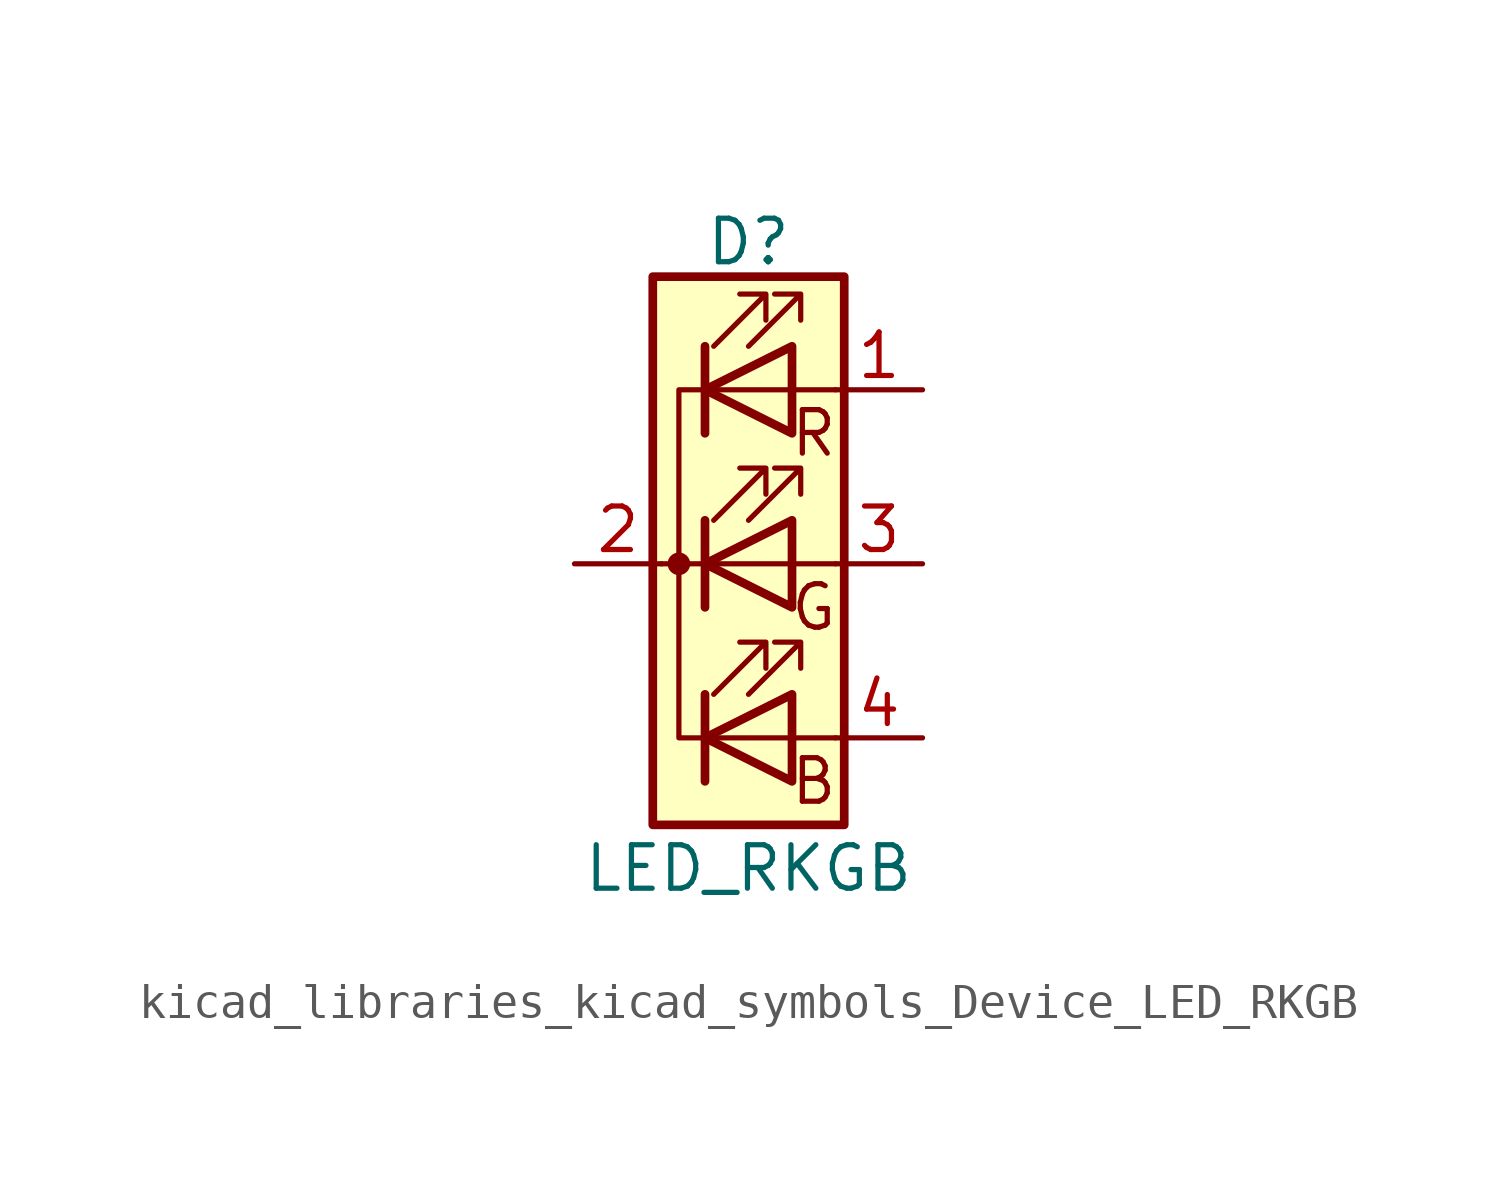
<source format=kicad_sym>
(kicad_symbol_lib
  (version 20220914)
  (generator kicad_symbol_editor)
  (symbol "kicad_libraries_kicad_symbols_Device_LED_RKGB"
    (pin_names
      (offset 0) hide)
    (property "Reference" "D"
      (at 0 9.398 0)
      (effects (font (size 1.27 1.27))))
    (property "Value" "LED_RKGB"
      (at 0 -8.89 0)
      (effects (font (size 1.27 1.27))))
    (symbol "kicad_libraries_kicad_symbols_Device_LED_RKGB_0_0"
      (text "B" (at 1.905 -6.35 0) (effects (font (size 1.27 1.27))))
      (text "G" (at 1.905 -1.27 0) (effects (font (size 1.27 1.27))))
      (text "R" (at 1.905 3.81 0) (effects (font (size 1.27 1.27)))))
    (symbol "kicad_libraries_kicad_symbols_Device_LED_RKGB_0_1"
      (circle (center -2.032 0) (radius 0.254) (stroke (width 0) (type default)) (fill (type outline)))
      (polyline (pts (xy -1.27 -5.08) (xy 1.27 -5.08)) (stroke (width 0) (type default)) (fill (type none)))
      (polyline (pts (xy -1.27 -3.81) (xy -1.27 -6.35)) (stroke (width 0.254) (type default)) (fill (type none)))
      (polyline (pts (xy -1.27 0) (xy -2.54 0)) (stroke (width 0) (type default)) (fill (type none)))
      (polyline (pts (xy -1.27 1.27) (xy -1.27 -1.27)) (stroke (width 0.254) (type default)) (fill (type none)))
      (polyline (pts (xy -1.27 5.08) (xy 1.27 5.08)) (stroke (width 0) (type default)) (fill (type none)))
      (polyline (pts (xy -1.27 6.35) (xy -1.27 3.81)) (stroke (width 0.254) (type default)) (fill (type none)))
      (polyline (pts (xy 1.27 -5.08) (xy 2.54 -5.08)) (stroke (width 0) (type default)) (fill (type none)))
      (polyline (pts (xy 1.27 0) (xy -1.27 0)) (stroke (width 0) (type default)) (fill (type none)))
      (polyline (pts (xy 1.27 0) (xy 2.54 0)) (stroke (width 0) (type default)) (fill (type none)))
      (polyline (pts (xy 1.27 5.08) (xy 2.54 5.08)) (stroke (width 0) (type default)) (fill (type none)))
      (polyline (pts (xy -1.27 1.27) (xy -1.27 -1.27) (xy -1.27 -1.27)) (stroke (width 0) (type default)) (fill (type none)))
      (polyline (pts (xy -1.27 6.35) (xy -1.27 3.81) (xy -1.27 3.81)) (stroke (width 0) (type default)) (fill (type none)))
      (polyline (pts (xy -1.27 5.08) (xy -2.032 5.08) (xy -2.032 -5.08) (xy -1.016 -5.08)) (stroke (width 0) (type default)) (fill (type none)))
      (polyline (pts (xy 1.27 -3.81) (xy 1.27 -6.35) (xy -1.27 -5.08) (xy 1.27 -3.81)) (stroke (width 0.254) (type default)) (fill (type none)))
      (polyline (pts (xy 1.27 1.27) (xy 1.27 -1.27) (xy -1.27 0) (xy 1.27 1.27)) (stroke (width 0.254) (type default)) (fill (type none)))
      (polyline (pts (xy 1.27 6.35) (xy 1.27 3.81) (xy -1.27 5.08) (xy 1.27 6.35)) (stroke (width 0.254) (type default)) (fill (type none)))
      (polyline (pts (xy -1.016 -3.81) (xy 0.508 -2.286) (xy -0.254 -2.286) (xy 0.508 -2.286) (xy 0.508 -3.048)) (stroke (width 0) (type default)) (fill (type none)))
      (polyline (pts (xy -1.016 1.27) (xy 0.508 2.794) (xy -0.254 2.794) (xy 0.508 2.794) (xy 0.508 2.032)) (stroke (width 0) (type default)) (fill (type none)))
      (polyline (pts (xy -1.016 6.35) (xy 0.508 7.874) (xy -0.254 7.874) (xy 0.508 7.874) (xy 0.508 7.112)) (stroke (width 0) (type default)) (fill (type none)))
      (polyline (pts (xy 0 -3.81) (xy 1.524 -2.286) (xy 0.762 -2.286) (xy 1.524 -2.286) (xy 1.524 -3.048)) (stroke (width 0) (type default)) (fill (type none)))
      (polyline (pts (xy 0 1.27) (xy 1.524 2.794) (xy 0.762 2.794) (xy 1.524 2.794) (xy 1.524 2.032)) (stroke (width 0) (type default)) (fill (type none)))
      (polyline (pts (xy 0 6.35) (xy 1.524 7.874) (xy 0.762 7.874) (xy 1.524 7.874) (xy 1.524 7.112)) (stroke (width 0) (type default)) (fill (type none)))
      (rectangle (start 1.27 -1.27) (end 1.27 1.27) (stroke (width 0) (type default)) (fill (type none)))
      (rectangle (start 1.27 1.27) (end 1.27 1.27) (stroke (width 0) (type default)) (fill (type none)))
      (rectangle (start 1.27 3.81) (end 1.27 6.35) (stroke (width 0) (type default)) (fill (type none)))
      (rectangle (start 1.27 6.35) (end 1.27 6.35) (stroke (width 0) (type default)) (fill (type none)))
      (rectangle (start 2.794 8.382) (end -2.794 -7.62) (stroke (width 0.254) (type default)) (fill (type background))))
    (symbol "kicad_libraries_kicad_symbols_Device_LED_RKGB_1_1"
      (pin passive line (at 5.08 5.08 180) (length 2.54) (name "RA" (effects (font (size 1.27 1.27)))) (number "1" (effects (font (size 1.27 1.27)))))
      (pin passive line (at -5.08 0 0) (length 2.54) (name "K" (effects (font (size 1.27 1.27)))) (number "2" (effects (font (size 1.27 1.27)))))
      (pin passive line (at 5.08 0 180) (length 2.54) (name "GA" (effects (font (size 1.27 1.27)))) (number "3" (effects (font (size 1.27 1.27)))))
      (pin passive line (at 5.08 -5.08 180) (length 2.54) (name "BA" (effects (font (size 1.27 1.27)))) (number "4" (effects (font (size 1.27 1.27))))))))
</source>
